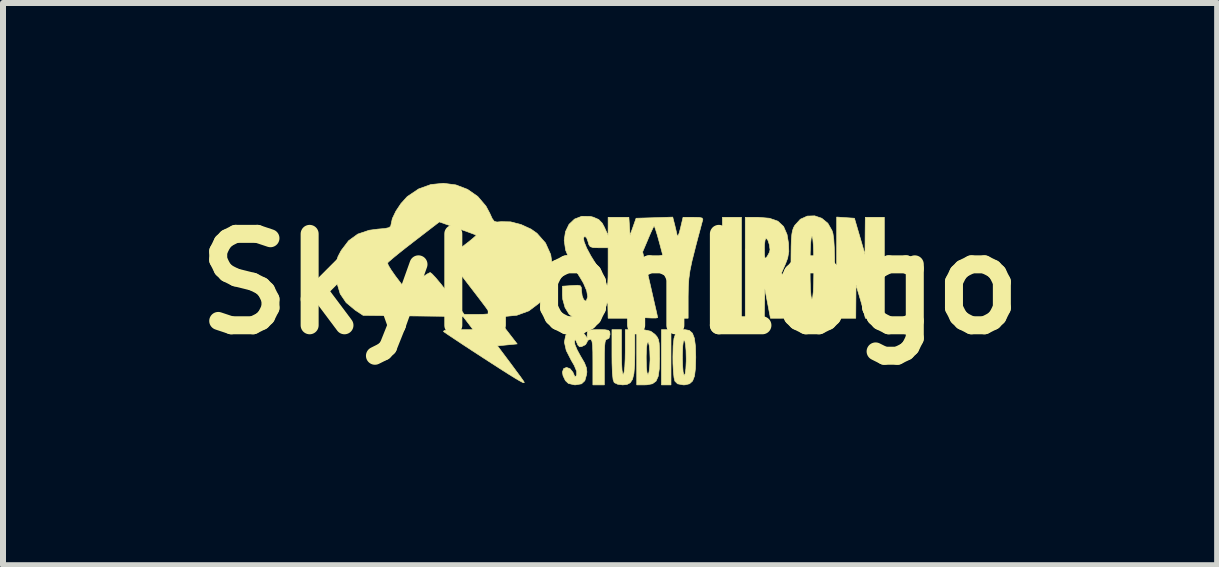
<source format=kicad_pcb>
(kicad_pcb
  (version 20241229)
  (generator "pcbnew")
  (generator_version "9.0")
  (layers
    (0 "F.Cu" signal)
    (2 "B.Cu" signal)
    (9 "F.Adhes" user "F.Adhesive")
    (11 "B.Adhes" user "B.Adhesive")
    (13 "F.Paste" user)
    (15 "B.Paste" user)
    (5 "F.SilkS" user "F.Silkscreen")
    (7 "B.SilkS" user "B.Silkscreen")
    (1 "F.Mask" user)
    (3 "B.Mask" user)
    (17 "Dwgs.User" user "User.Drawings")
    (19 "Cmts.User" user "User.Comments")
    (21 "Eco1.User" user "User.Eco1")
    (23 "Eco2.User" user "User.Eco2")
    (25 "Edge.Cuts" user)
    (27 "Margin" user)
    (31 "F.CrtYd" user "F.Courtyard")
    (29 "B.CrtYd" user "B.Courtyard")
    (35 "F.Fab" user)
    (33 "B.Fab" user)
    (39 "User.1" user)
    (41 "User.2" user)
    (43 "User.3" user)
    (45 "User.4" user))
  (footprint "SkyIronLogo"
    (layer "F.Cu")
    (at 7.119 1.683)
    (property "Reference" "SkyIronLogo" (at 0 0 0) (layer "F.SilkS") (effects (font (size 1.524 1.524) (thickness 0.3))))
    (attr through_hole)
    (fp_poly (pts (xy 1.016 1.683) (xy 0.857 1.683) (xy 0.857 0.762) (xy 1.016 0.762) (xy 1.016 1.683)) (stroke (width 0.01) (type solid)) (fill yes) (layer "F.SilkS"))
    (fp_poly (pts (xy 2.191 0.572) (xy 1.873 0.572) (xy 1.873 -1.111) (xy 2.191 -1.111) (xy 2.191 0.572)) (stroke (width 0.01) (type solid)) (fill yes) (layer "F.SilkS"))
    (fp_poly (pts (xy 3.926 -1.105) (xy 4.074 -1.095) (xy 4.162 -0.794) (xy 4.25 -0.492) (xy 4.252 -0.802) (xy 4.255 -1.111) (xy 4.572 -1.111) (xy 4.572 0.572) (xy 4.257 0.572) (xy 4.222 0.437) (xy 4.189 0.316) (xy 4.151 0.186) (xy 4.143 0.159) (xy 4.1 0.016) (xy 4.098 0.294) (xy 4.096 0.572) (xy 3.778 0.572) (xy 3.778 -1.115) (xy 3.926 -1.105)) (stroke (width 0.01) (type solid)) (fill yes) (layer "F.SilkS"))
    (fp_poly (pts (xy 0.191 1.145) (xy 0.193 1.321) (xy 0.2 1.44) (xy 0.212 1.501) (xy 0.222 1.508) (xy 0.235 1.469) (xy 0.246 1.379) (xy 0.252 1.249) (xy 0.254 1.125) (xy 0.254 0.762) (xy 0.413 0.762) (xy 0.413 1.152) (xy 0.41 1.35) (xy 0.398 1.493) (xy 0.375 1.589) (xy 0.337 1.647) (xy 0.282 1.676) (xy 0.211 1.683) (xy 0.127 1.672) (xy 0.07 1.645) (xy 0.07 1.645) (xy 0.051 1.595) (xy 0.039 1.487) (xy 0.033 1.318) (xy 0.032 1.184) (xy 0.032 0.762) (xy 0.191 0.762) (xy 0.191 1.145)) (stroke (width 0.01) (type solid)) (fill yes) (layer "F.SilkS"))
    (fp_poly (pts (xy 0.679 0.789) (xy 0.748 0.84) (xy 0.783 0.88) (xy 0.806 0.925) (xy 0.819 0.988) (xy 0.824 1.085) (xy 0.825 1.231) (xy 0.826 1.237) (xy 0.821 1.416) (xy 0.803 1.54) (xy 0.767 1.62) (xy 0.707 1.664) (xy 0.619 1.681) (xy 0.572 1.683) (xy 0.445 1.683) (xy 0.445 1.238) (xy 0.603 1.238) (xy 0.606 1.384) (xy 0.616 1.476) (xy 0.631 1.509) (xy 0.635 1.508) (xy 0.65 1.469) (xy 0.661 1.383) (xy 0.667 1.268) (xy 0.667 1.238) (xy 0.663 1.118) (xy 0.653 1.024) (xy 0.639 0.972) (xy 0.635 0.968) (xy 0.619 0.988) (xy 0.608 1.066) (xy 0.603 1.2) (xy 0.603 1.238) (xy 0.445 1.238) (xy 0.445 0.762) (xy 0.557 0.762) (xy 0.679 0.789)) (stroke (width 0.01) (type solid)) (fill yes) (layer "F.SilkS"))
    (fp_poly (pts (xy 1.321 0.775) (xy 1.373 0.821) (xy 1.406 0.906) (xy 1.424 1.039) (xy 1.429 1.222) (xy 1.424 1.406) (xy 1.408 1.535) (xy 1.376 1.618) (xy 1.325 1.664) (xy 1.251 1.682) (xy 1.222 1.683) (xy 1.126 1.665) (xy 1.081 1.621) (xy 1.067 1.565) (xy 1.056 1.462) (xy 1.049 1.327) (xy 1.048 1.221) (xy 1.206 1.221) (xy 1.21 1.363) (xy 1.218 1.466) (xy 1.232 1.519) (xy 1.238 1.524) (xy 1.253 1.494) (xy 1.264 1.411) (xy 1.27 1.286) (xy 1.27 1.24) (xy 1.267 1.112) (xy 1.258 1.009) (xy 1.245 0.947) (xy 1.238 0.937) (xy 1.222 0.956) (xy 1.212 1.035) (xy 1.207 1.17) (xy 1.206 1.221) (xy 1.048 1.221) (xy 1.048 1.214) (xy 1.052 1.033) (xy 1.066 0.907) (xy 1.094 0.826) (xy 1.14 0.781) (xy 1.209 0.763) (xy 1.247 0.762) (xy 1.321 0.775)) (stroke (width 0.01) (type solid)) (fill yes) (layer "F.SilkS"))
    (fp_poly (pts (xy 2.469 -1.111) (xy 2.658 -1.095) (xy 2.798 -1.046) (xy 2.893 -0.957) (xy 2.951 -0.823) (xy 2.975 -0.677) (xy 2.98 -0.54) (xy 2.961 -0.43) (xy 2.926 -0.337) (xy 2.86 -0.187) (xy 2.922 0.121) (xy 2.95 0.261) (xy 2.976 0.384) (xy 2.995 0.472) (xy 3.001 0.5) (xy 3.006 0.541) (xy 2.987 0.562) (xy 2.929 0.57) (xy 2.846 0.572) (xy 2.674 0.572) (xy 2.627 0.325) (xy 2.58 0.079) (xy 2.576 0.325) (xy 2.572 0.572) (xy 2.254 0.572) (xy 2.254 -0.579) (xy 2.573 -0.579) (xy 2.575 -0.479) (xy 2.582 -0.433) (xy 2.597 -0.432) (xy 2.62 -0.459) (xy 2.657 -0.527) (xy 2.667 -0.57) (xy 2.656 -0.653) (xy 2.633 -0.725) (xy 2.605 -0.761) (xy 2.6 -0.762) (xy 2.585 -0.733) (xy 2.575 -0.659) (xy 2.573 -0.579) (xy 2.254 -0.579) (xy 2.254 -1.111) (xy 2.469 -1.111)) (stroke (width 0.01) (type solid)) (fill yes) (layer "F.SilkS"))
    (fp_poly (pts (xy 3.53 -1.094) (xy 3.631 -1.011) (xy 3.701 -0.888) (xy 3.716 -0.838) (xy 3.729 -0.748) (xy 3.738 -0.61) (xy 3.743 -0.44) (xy 3.744 -0.256) (xy 3.742 -0.073) (xy 3.736 0.093) (xy 3.727 0.226) (xy 3.716 0.302) (xy 3.656 0.441) (xy 3.555 0.543) (xy 3.425 0.597) (xy 3.362 0.603) (xy 3.266 0.593) (xy 3.188 0.552) (xy 3.124 0.495) (xy 3.016 0.387) (xy 3.016 -0.243) (xy 3.016 -0.27) (xy 3.334 -0.27) (xy 3.336 -0.063) (xy 3.341 0.095) (xy 3.35 0.202) (xy 3.361 0.251) (xy 3.365 0.254) (xy 3.378 0.223) (xy 3.388 0.133) (xy 3.394 -0.01) (xy 3.397 -0.203) (xy 3.397 -0.27) (xy 3.395 -0.476) (xy 3.39 -0.635) (xy 3.381 -0.742) (xy 3.37 -0.791) (xy 3.365 -0.794) (xy 3.353 -0.763) (xy 3.343 -0.673) (xy 3.337 -0.53) (xy 3.334 -0.337) (xy 3.334 -0.27) (xy 3.016 -0.27) (xy 3.017 -0.461) (xy 3.019 -0.626) (xy 3.023 -0.746) (xy 3.031 -0.832) (xy 3.043 -0.893) (xy 3.059 -0.939) (xy 3.08 -0.977) (xy 3.173 -1.079) (xy 3.288 -1.131) (xy 3.411 -1.135) (xy 3.53 -1.094)) (stroke (width 0.01) (type solid)) (fill yes) (layer "F.SilkS"))
    (fp_poly (pts (xy -0.085 0.764) (xy -0.028 0.773) (xy -0.005 0.796) (xy -0.000005 0.839) (xy 0 0.841) (xy -0.017 0.905) (xy -0.048 0.921) (xy -0.068 0.93) (xy -0.082 0.965) (xy -0.09 1.036) (xy -0.094 1.151) (xy -0.095 1.302) (xy -0.095 1.683) (xy -0.286 1.683) (xy -0.286 1.302) (xy -0.287 1.137) (xy -0.291 1.027) (xy -0.3 0.961) (xy -0.315 0.928) (xy -0.333 0.921) (xy -0.376 0.944) (xy -0.381 0.965) (xy -0.408 1.012) (xy -0.472 1.044) (xy -0.507 1.048) (xy -0.535 1.021) (xy -0.555 0.976) (xy -0.574 0.93) (xy -0.588 0.942) (xy -0.593 0.96) (xy -0.585 1.013) (xy -0.548 1.1) (xy -0.492 1.203) (xy -0.49 1.206) (xy -0.426 1.316) (xy -0.394 1.397) (xy -0.386 1.467) (xy -0.392 1.513) (xy -0.42 1.613) (xy -0.475 1.665) (xy -0.572 1.682) (xy -0.594 1.682) (xy -0.694 1.659) (xy -0.744 1.612) (xy -0.783 1.531) (xy -0.794 1.469) (xy -0.773 1.411) (xy -0.725 1.392) (xy -0.667 1.413) (xy -0.619 1.472) (xy -0.614 1.484) (xy -0.589 1.54) (xy -0.57 1.541) (xy -0.556 1.515) (xy -0.557 1.455) (xy -0.596 1.36) (xy -0.647 1.272) (xy -0.73 1.109) (xy -0.761 0.971) (xy -0.741 0.864) (xy -0.704 0.815) (xy -0.614 0.768) (xy -0.518 0.771) (xy -0.439 0.821) (xy -0.43 0.833) (xy -0.381 0.903) (xy -0.381 0.833) (xy -0.376 0.793) (xy -0.35 0.772) (xy -0.288 0.764) (xy -0.191 0.762) (xy -0.085 0.764)) (stroke (width 0.01) (type solid)) (fill yes) (layer "F.SilkS"))
    (fp_poly (pts (xy -0.326 -1.125) (xy -0.279 -1.113) (xy -0.189 -1.074) (xy -0.13 -1.012) (xy -0.093 -0.943) (xy -0.033 -0.81) (xy -0.032 -0.96) (xy -0.032 -1.111) (xy 0.141 -1.111) (xy 0.314 -1.111) (xy 0.324 -0.96) (xy 0.333 -0.81) (xy 0.384 -0.953) (xy 0.434 -1.095) (xy 0.739 -1.104) (xy 1.045 -1.114) (xy 1.076 -0.993) (xy 1.099 -0.897) (xy 1.117 -0.818) (xy 1.119 -0.81) (xy 1.132 -0.8) (xy 1.152 -0.847) (xy 1.174 -0.929) (xy 1.217 -1.111) (xy 1.388 -1.111) (xy 1.487 -1.109) (xy 1.535 -1.098) (xy 1.547 -1.074) (xy 1.542 -1.056) (xy 1.528 -1.006) (xy 1.502 -0.907) (xy 1.466 -0.773) (xy 1.425 -0.617) (xy 1.414 -0.572) (xy 1.365 -0.378) (xy 1.333 -0.224) (xy 1.314 -0.088) (xy 1.305 0.052) (xy 1.302 0.214) (xy 1.302 0.572) (xy 0.984 0.572) (xy 0.984 0.25) (xy 0.981 0.102) (xy 0.971 -0.031) (xy 0.95 -0.169) (xy 0.916 -0.329) (xy 0.866 -0.527) (xy 0.824 -0.685) (xy 0.787 -0.817) (xy 0.757 -0.913) (xy 0.739 -0.963) (xy 0.734 -0.967) (xy 0.716 -0.933) (xy 0.68 -0.856) (xy 0.635 -0.752) (xy 0.632 -0.743) (xy 0.543 -0.534) (xy 0.669 0.008) (xy 0.709 0.184) (xy 0.744 0.338) (xy 0.772 0.459) (xy 0.789 0.537) (xy 0.794 0.562) (xy 0.765 0.568) (xy 0.692 0.568) (xy 0.627 0.565) (xy 0.461 0.556) (xy 0.324 -0.016) (xy 0.321 0.278) (xy 0.318 0.572) (xy -0.032 0.572) (xy -0.035 0.421) (xy -0.037 0.332) (xy -0.042 0.302) (xy -0.053 0.326) (xy -0.068 0.374) (xy -0.129 0.48) (xy -0.233 0.556) (xy -0.364 0.597) (xy -0.507 0.595) (xy -0.595 0.571) (xy -0.682 0.505) (xy -0.75 0.394) (xy -0.788 0.258) (xy -0.794 0.186) (xy -0.794 0.038) (xy -0.635 0.027) (xy -0.541 0.022) (xy -0.494 0.031) (xy -0.478 0.061) (xy -0.476 0.111) (xy -0.465 0.196) (xy -0.441 0.259) (xy -0.41 0.285) (xy -0.395 0.278) (xy -0.372 0.214) (xy -0.389 0.114) (xy -0.441 -0.009) (xy -0.478 -0.073) (xy -0.554 -0.197) (xy -0.634 -0.331) (xy -0.672 -0.397) (xy -0.741 -0.565) (xy -0.764 -0.726) (xy -0.758 -0.769) (xy -0.443 -0.769) (xy -0.432 -0.702) (xy -0.39 -0.598) (xy -0.319 -0.466) (xy -0.255 -0.363) (xy -0.181 -0.246) (xy -0.121 -0.14) (xy -0.083 -0.063) (xy -0.075 -0.043) (xy -0.058 0.014) (xy -0.046 0.023) (xy -0.037 -0.021) (xy -0.033 -0.122) (xy -0.032 -0.281) (xy -0.032 -0.286) (xy -0.032 -0.603) (xy -0.188 -0.603) (xy -0.282 -0.606) (xy -0.331 -0.622) (xy -0.355 -0.66) (xy -0.365 -0.699) (xy -0.389 -0.765) (xy -0.419 -0.794) (xy -0.419 -0.794) (xy -0.443 -0.769) (xy -0.758 -0.769) (xy -0.743 -0.871) (xy -0.684 -0.993) (xy -0.592 -1.081) (xy -0.471 -1.128) (xy -0.326 -1.125)) (stroke (width 0.01) (type solid)) (fill yes) (layer "F.SilkS"))
    (fp_poly (pts (xy -2.57 -1.651) (xy -2.376 -1.577) (xy -2.205 -1.458) (xy -2.068 -1.297) (xy -2.005 -1.179) (xy -1.964 -1.089) (xy -1.93 -1.044) (xy -1.885 -1.032) (xy -1.815 -1.038) (xy -1.657 -1.035) (xy -1.483 -0.99) (xy -1.317 -0.914) (xy -1.218 -0.844) (xy -1.076 -0.683) (xy -0.989 -0.49) (xy -0.957 -0.271) (xy -0.96 -0.191) (xy -0.987 -0.004) (xy -1.045 0.145) (xy -1.142 0.278) (xy -1.181 0.319) (xy -1.353 0.449) (xy -1.553 0.522) (xy -1.722 0.539) (xy -1.904 0.54) (xy -1.726 0.77) (xy -1.548 1) (xy -1.877 1.032) (xy -1.653 1.331) (xy -1.566 1.449) (xy -1.494 1.546) (xy -1.446 1.614) (xy -1.429 1.641) (xy -1.435 1.647) (xy -1.459 1.641) (xy -1.504 1.617) (xy -1.578 1.574) (xy -1.686 1.507) (xy -1.834 1.413) (xy -2.026 1.289) (xy -2.111 1.234) (xy -2.291 1.117) (xy -2.454 1.01) (xy -2.591 0.919) (xy -2.696 0.849) (xy -2.76 0.805) (xy -2.777 0.792) (xy -2.764 0.777) (xy -2.693 0.766) (xy -2.567 0.762) (xy -2.545 0.762) (xy -2.283 0.762) (xy -2.366 0.652) (xy -2.45 0.543) (xy -4.116 0.524) (xy -4.249 0.436) (xy -4.399 0.311) (xy -4.498 0.165) (xy -4.552 -0.015) (xy -4.565 -0.156) (xy -4.568 -0.287) (xy -4.562 -0.349) (xy -3.709 -0.349) (xy -3.696 -0.311) (xy -3.652 -0.238) (xy -3.586 -0.143) (xy -3.569 -0.12) (xy -3.497 -0.025) (xy -3.441 0.048) (xy -3.412 0.087) (xy -3.41 0.09) (xy -3.384 0.077) (xy -3.32 0.033) (xy -3.233 -0.033) (xy -3.217 -0.045) (xy -3.123 -0.116) (xy -3.045 -0.167) (xy -2.999 -0.19) (xy -2.997 -0.19) (xy -2.966 -0.166) (xy -2.905 -0.101) (xy -2.822 -0.002) (xy -2.726 0.12) (xy -2.696 0.159) (xy -2.43 0.508) (xy -2.215 0.508) (xy -2.108 0.506) (xy -2.031 0.5) (xy -2 0.492) (xy -2 0.492) (xy -2.019 0.462) (xy -2.069 0.392) (xy -2.144 0.292) (xy -2.237 0.17) (xy -2.264 0.135) (xy -2.37 -0.003) (xy -2.47 -0.133) (xy -2.554 -0.243) (xy -2.611 -0.317) (xy -2.615 -0.323) (xy -2.703 -0.44) (xy -2.462 -0.621) (xy -2.359 -0.7) (xy -2.281 -0.764) (xy -2.237 -0.804) (xy -2.231 -0.813) (xy -2.263 -0.827) (xy -2.343 -0.857) (xy -2.455 -0.897) (xy -2.543 -0.928) (xy -2.846 -1.034) (xy -3.272 -0.706) (xy -3.414 -0.596) (xy -3.537 -0.498) (xy -3.633 -0.419) (xy -3.693 -0.367) (xy -3.709 -0.349) (xy -4.562 -0.349) (xy -4.559 -0.378) (xy -4.535 -0.456) (xy -4.489 -0.544) (xy -4.478 -0.562) (xy -4.357 -0.721) (xy -4.205 -0.831) (xy -4.015 -0.895) (xy -3.871 -0.914) (xy -3.754 -0.924) (xy -3.687 -0.938) (xy -3.657 -0.961) (xy -3.651 -0.989) (xy -3.629 -1.09) (xy -3.57 -1.213) (xy -3.486 -1.339) (xy -3.388 -1.448) (xy -3.376 -1.459) (xy -3.19 -1.584) (xy -2.987 -1.657) (xy -2.777 -1.678) (xy -2.57 -1.651)) (stroke (width 0.01) (type solid)) (fill yes) (layer "F.SilkS")))
  (gr_rect
    (start -3 -3)
    (end 17.239 6.371)
    (stroke (width 0.1) (type default))
    (fill no)
    (layer "Edge.Cuts")))
</source>
